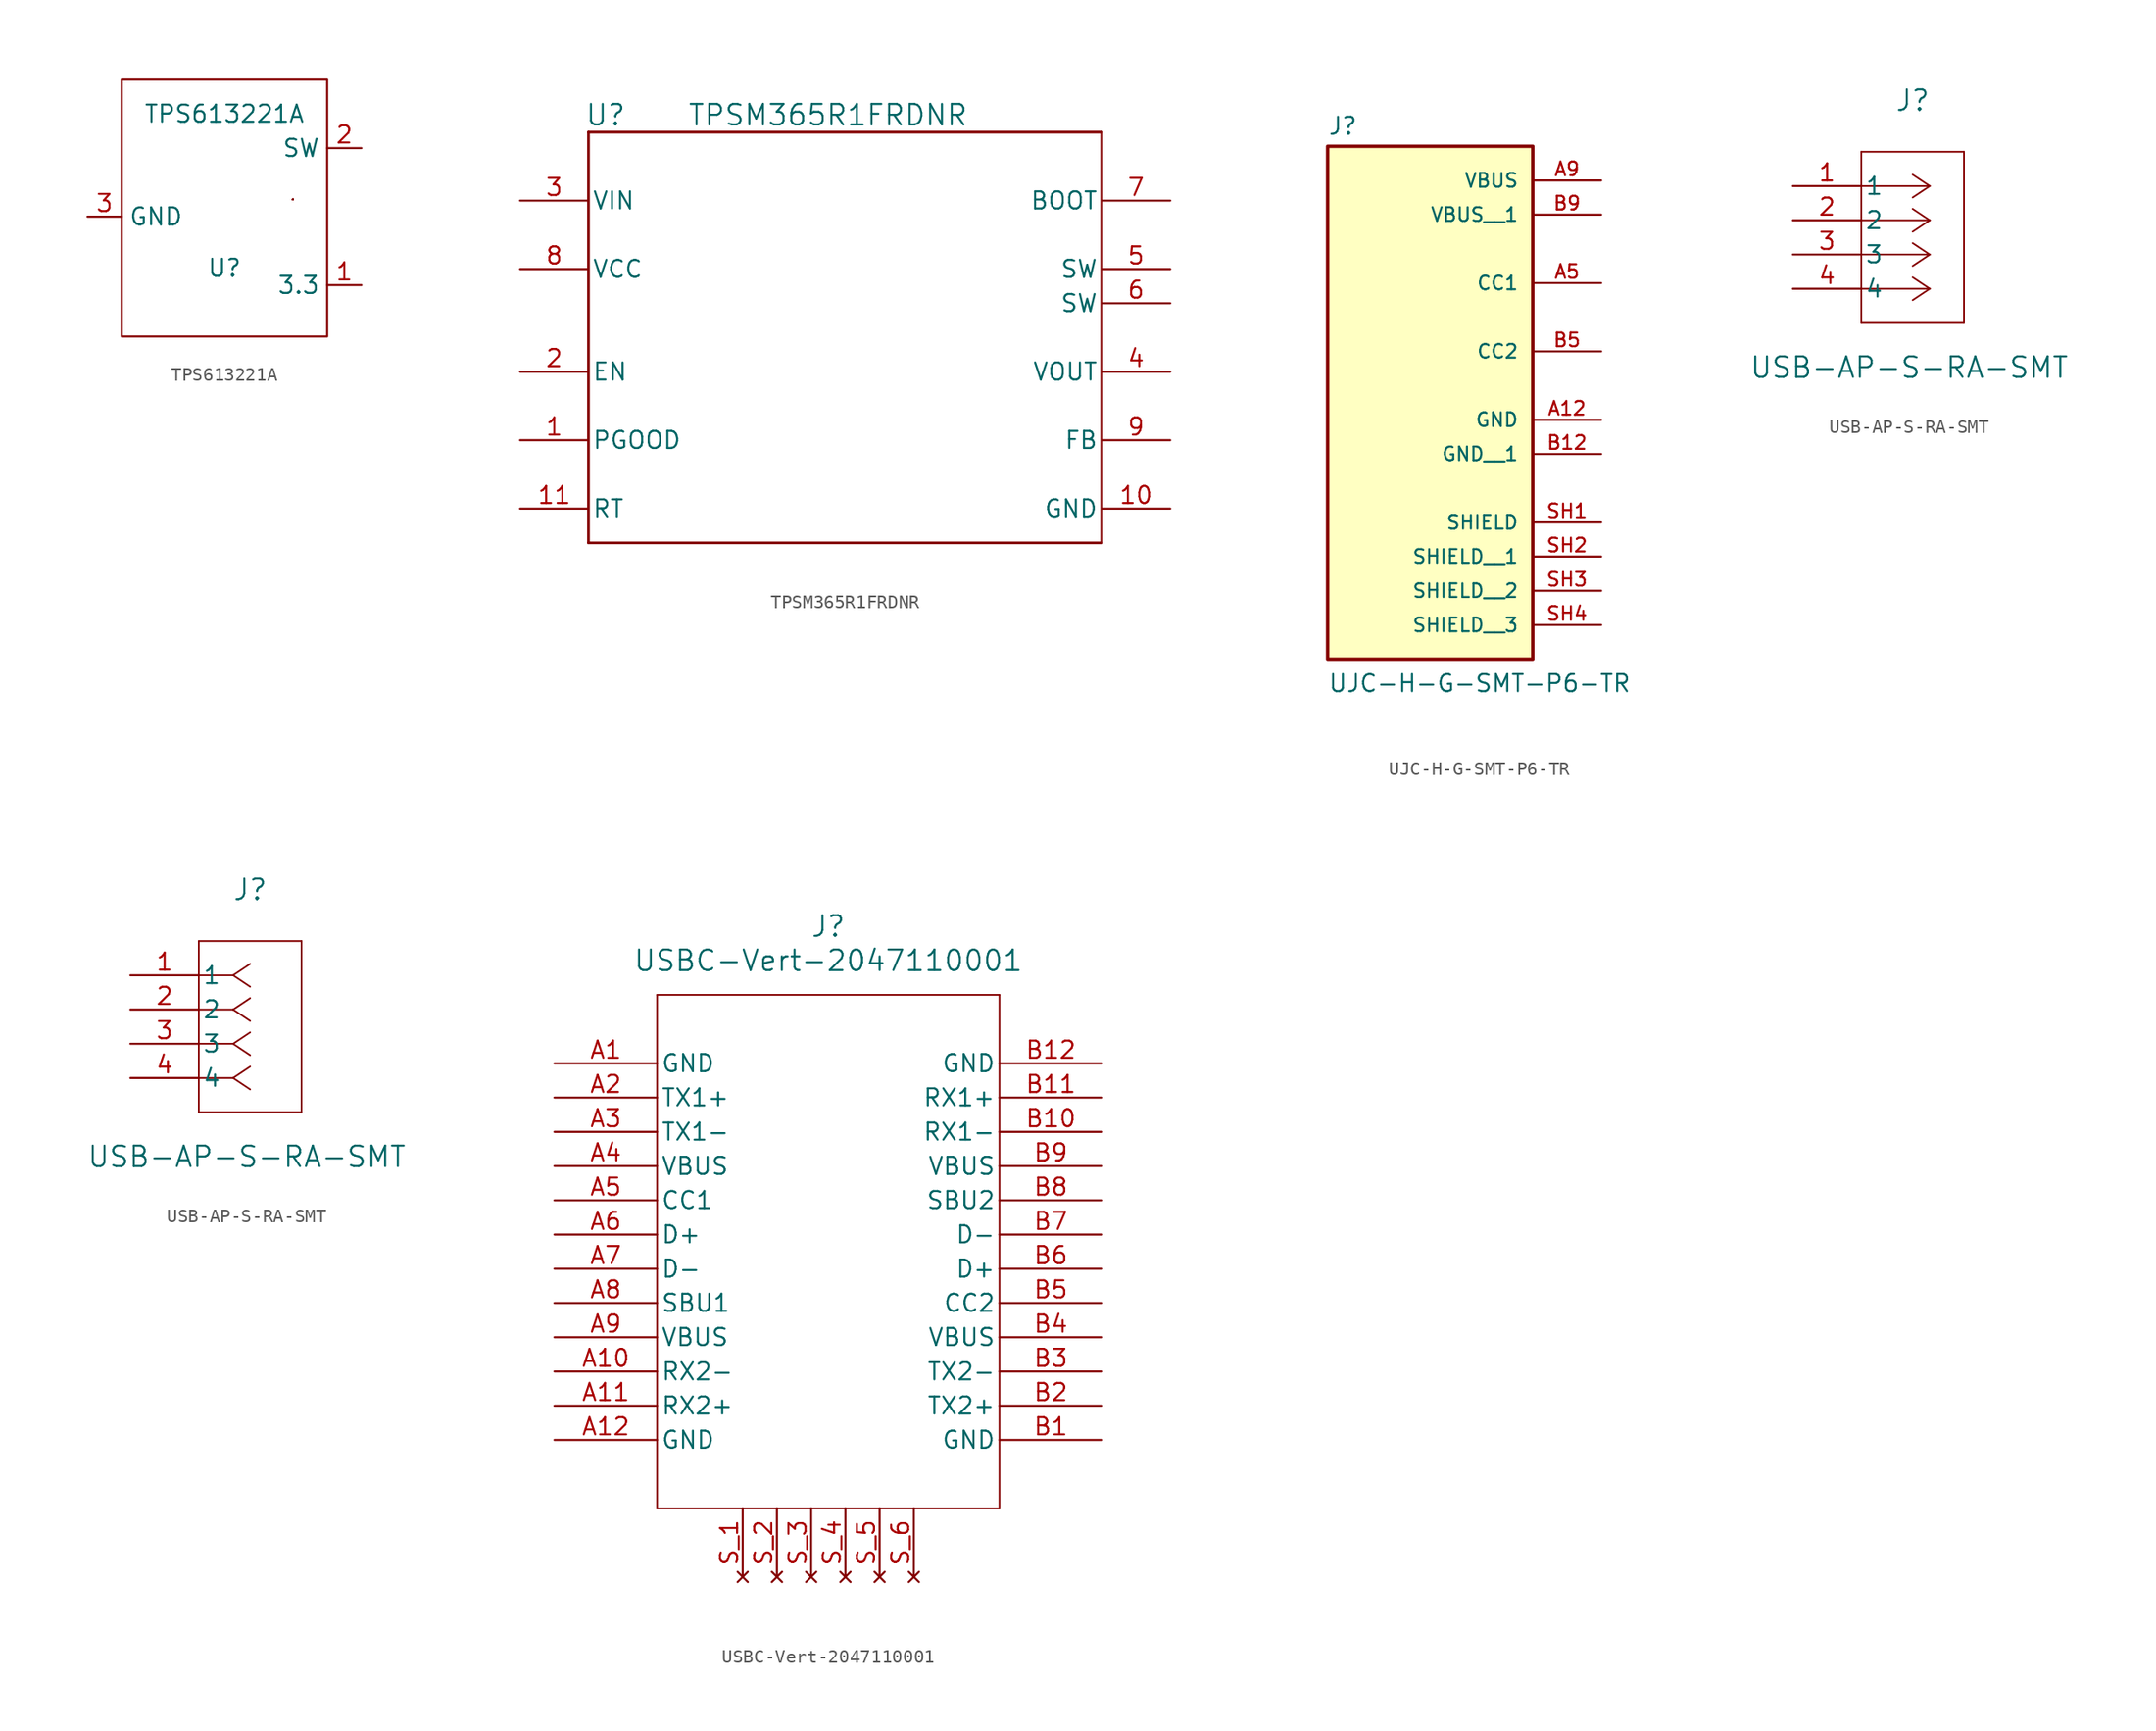
<source format=kicad_sym>
(kicad_symbol_lib
  (version 20241209)
  (generator "kicad_symbol_editor")
  (generator_version "9.0")
  (symbol "TPS613221A"
    (property "Reference" "U"
      (at 0 -3.81 0)
      (effects (font (size 1.27 1.27))))
    (property "Value" "TPS613221A"
      (at 0 7.62 0)
      (effects (font (size 1.27 1.27))))
    (symbol "TPS613221A_0_1"
      (polyline (pts (xy 5.08 1.27) (xy 5.08 1.27)) (stroke (width 0) (type default)) (fill (type none)))
      (polyline (pts (xy 5.08 1.27) (xy 5.08 1.27)) (stroke (width 0) (type default)) (fill (type none)))
      (polyline (pts (xy 5.08 1.27) (xy 5.08 1.27)) (stroke (width 0) (type default)) (fill (type none)))
      (polyline (pts (xy 5.08 1.27) (xy 5.08 1.27)) (stroke (width 0) (type default)) (fill (type none)))
      (rectangle (start 5.08 1.27) (end 5.08 1.27) (stroke (width 0) (type default)) (fill (type none)))
      (rectangle (start 5.08 1.27) (end 5.08 1.27) (stroke (width 0) (type default)) (fill (type none)))
      (rectangle (start 5.08 1.27) (end 5.08 1.27) (stroke (width 0) (type default)) (fill (type none)))
      (polyline (pts (xy 7.62 10.16) (xy -7.62 10.16) (xy -7.62 -8.89) (xy 7.62 -8.89) (xy 7.62 10.16)) (stroke (width 0) (type default)) (fill (type none))))
    (symbol "TPS613221A_1_1"
      (pin power_in line (at -10.16 0 0) (length 2.54) (name "GND" (effects (font (size 1.27 1.27)))) (number "3" (effects (font (size 1.27 1.27)))))
      (pin bidirectional line (at 10.16 5.08 180) (length 2.54) (name "SW" (effects (font (size 1.27 1.27)))) (number "2" (effects (font (size 1.27 1.27)))))
      (pin power_out line (at 10.16 -5.08 180) (length 2.54) (name "3.3" (effects (font (size 1.27 1.27)))) (number "1" (effects (font (size 1.27 1.27)))))))
  (symbol "TPSM365R1FRDNR"
    (pin_names
      (offset 0.254))
    (property "Reference" "U"
      (at 5.08 6.35 0)
      (effects (font (size 1.524 1.524))))
    (property "Value" "TPSM365R1FRDNR"
      (at 21.59 6.35 0)
      (effects (font (size 1.524 1.524))))
    (property "ki_locked" ""
      (at 0 0 0)
      (effects (font (size 1.27 1.27))))
    (symbol "TPSM365R1FRDNR_0_1"
      (polyline (pts (xy 3.81 5.08) (xy 3.81 -25.4)) (stroke (width 0.203) (type default)) (fill (type none)))
      (polyline (pts (xy 3.81 -25.4) (xy 41.91 -25.4)) (stroke (width 0.203) (type default)) (fill (type none)))
      (polyline (pts (xy 41.91 5.08) (xy 3.81 5.08)) (stroke (width 0.203) (type default)) (fill (type none)))
      (polyline (pts (xy 41.91 -25.4) (xy 41.91 5.08)) (stroke (width 0.203) (type default)) (fill (type none)))
      (pin power_in line (at -1.27 0 0) (length 5.08) (name "VIN" (effects (font (size 1.27 1.27)))) (number "3" (effects (font (size 1.27 1.27)))))
      (pin unspecified line (at -1.27 -5.08 0) (length 5.08) (name "VCC" (effects (font (size 1.27 1.27)))) (number "8" (effects (font (size 1.27 1.27)))))
      (pin input line (at -1.27 -12.7 0) (length 5.08) (name "EN" (effects (font (size 1.27 1.27)))) (number "2" (effects (font (size 1.27 1.27)))))
      (pin open_collector line (at -1.27 -17.78 0) (length 5.08) (name "PGOOD" (effects (font (size 1.27 1.27)))) (number "1" (effects (font (size 1.27 1.27)))))
      (pin unspecified line (at -1.27 -22.86 0) (length 5.08) (name "RT" (effects (font (size 1.27 1.27)))) (number "11" (effects (font (size 1.27 1.27)))))
      (pin power_in line (at 46.99 0 180) (length 5.08) (name "BOOT" (effects (font (size 1.27 1.27)))) (number "7" (effects (font (size 1.27 1.27)))))
      (pin power_in line (at 46.99 -5.08 180) (length 5.08) (name "SW" (effects (font (size 1.27 1.27)))) (number "5" (effects (font (size 1.27 1.27)))))
      (pin power_in line (at 46.99 -7.62 180) (length 5.08) (name "SW" (effects (font (size 1.27 1.27)))) (number "6" (effects (font (size 1.27 1.27)))))
      (pin power_in line (at 46.99 -12.7 180) (length 5.08) (name "VOUT" (effects (font (size 1.27 1.27)))) (number "4" (effects (font (size 1.27 1.27)))))
      (pin unspecified line (at 46.99 -17.78 180) (length 5.08) (name "FB" (effects (font (size 1.27 1.27)))) (number "9" (effects (font (size 1.27 1.27)))))
      (pin power_in line (at 46.99 -22.86 180) (length 5.08) (name "GND" (effects (font (size 1.27 1.27)))) (number "10" (effects (font (size 1.27 1.27)))))))
  (symbol "UJC-H-G-SMT-P6-TR"
    (pin_names
      (offset 1.016))
    (property "Reference" "J"
      (at -7.62 13.462 0)
      (effects (font (size 1.27 1.27)) (justify left bottom)))
    (property "Value" "UJC-H-G-SMT-P6-TR"
      (at -7.62 -27.94 0)
      (effects (font (size 1.27 1.27)) (justify left bottom)))
    (symbol "UJC-H-G-SMT-P6-TR_0_0"
      (rectangle (start -7.62 -25.4) (end 7.62 12.7) (stroke (width 0.254) (type default)) (fill (type background)))
      (pin passive line (at 12.7 10.16 180) (length 5.08) (name "VBUS" (effects (font (size 1.016 1.016)))) (number "A9" (effects (font (size 1.016 1.016)))))
      (pin passive line (at 12.7 7.62 180) (length 5.08) (name "VBUS__1" (effects (font (size 1.016 1.016)))) (number "B9" (effects (font (size 1.016 1.016)))))
      (pin passive line (at 12.7 2.54 180) (length 5.08) (name "CC1" (effects (font (size 1.016 1.016)))) (number "A5" (effects (font (size 1.016 1.016)))))
      (pin passive line (at 12.7 -2.54 180) (length 5.08) (name "CC2" (effects (font (size 1.016 1.016)))) (number "B5" (effects (font (size 1.016 1.016)))))
      (pin passive line (at 12.7 -7.62 180) (length 5.08) (name "GND" (effects (font (size 1.016 1.016)))) (number "A12" (effects (font (size 1.016 1.016)))))
      (pin passive line (at 12.7 -10.16 180) (length 5.08) (name "GND__1" (effects (font (size 1.016 1.016)))) (number "B12" (effects (font (size 1.016 1.016)))))
      (pin passive line (at 12.7 -15.24 180) (length 5.08) (name "SHIELD" (effects (font (size 1.016 1.016)))) (number "SH1" (effects (font (size 1.016 1.016)))))
      (pin passive line (at 12.7 -17.78 180) (length 5.08) (name "SHIELD__1" (effects (font (size 1.016 1.016)))) (number "SH2" (effects (font (size 1.016 1.016)))))
      (pin passive line (at 12.7 -20.32 180) (length 5.08) (name "SHIELD__2" (effects (font (size 1.016 1.016)))) (number "SH3" (effects (font (size 1.016 1.016)))))
      (pin passive line (at 12.7 -22.86 180) (length 5.08) (name "SHIELD__3" (effects (font (size 1.016 1.016)))) (number "SH4" (effects (font (size 1.016 1.016)))))))
  (symbol "USB-AP-S-RA-SMT"
    (pin_names
      (offset 0.254))
    (property "Reference" "J"
      (at 8.89 6.35 0)
      (effects (font (size 1.524 1.524))))
    (property "Value" "USB-AP-S-RA-SMT"
      (at 8.636 -13.462 0)
      (effects (font (size 1.524 1.524))))
    (property "ki_locked" ""
      (at 0 0 0)
      (effects (font (size 1.27 1.27))))
    (symbol "USB-AP-S-RA-SMT_1_1"
      (polyline (pts (xy 5.08 2.54) (xy 5.08 -10.16)) (stroke (width 0.127) (type default)) (fill (type none)))
      (polyline (pts (xy 5.08 -10.16) (xy 12.7 -10.16)) (stroke (width 0.127) (type default)) (fill (type none)))
      (polyline (pts (xy 10.16 0) (xy 5.08 0)) (stroke (width 0.127) (type default)) (fill (type none)))
      (polyline (pts (xy 10.16 0) (xy 8.89 0.847)) (stroke (width 0.127) (type default)) (fill (type none)))
      (polyline (pts (xy 10.16 0) (xy 8.89 -0.847)) (stroke (width 0.127) (type default)) (fill (type none)))
      (polyline (pts (xy 10.16 -2.54) (xy 5.08 -2.54)) (stroke (width 0.127) (type default)) (fill (type none)))
      (polyline (pts (xy 10.16 -2.54) (xy 8.89 -1.693)) (stroke (width 0.127) (type default)) (fill (type none)))
      (polyline (pts (xy 10.16 -2.54) (xy 8.89 -3.387)) (stroke (width 0.127) (type default)) (fill (type none)))
      (polyline (pts (xy 10.16 -5.08) (xy 5.08 -5.08)) (stroke (width 0.127) (type default)) (fill (type none)))
      (polyline (pts (xy 10.16 -5.08) (xy 8.89 -4.233)) (stroke (width 0.127) (type default)) (fill (type none)))
      (polyline (pts (xy 10.16 -5.08) (xy 8.89 -5.927)) (stroke (width 0.127) (type default)) (fill (type none)))
      (polyline (pts (xy 10.16 -7.62) (xy 5.08 -7.62)) (stroke (width 0.127) (type default)) (fill (type none)))
      (polyline (pts (xy 10.16 -7.62) (xy 8.89 -6.773)) (stroke (width 0.127) (type default)) (fill (type none)))
      (polyline (pts (xy 10.16 -7.62) (xy 8.89 -8.467)) (stroke (width 0.127) (type default)) (fill (type none)))
      (polyline (pts (xy 12.7 2.54) (xy 5.08 2.54)) (stroke (width 0.127) (type default)) (fill (type none)))
      (polyline (pts (xy 12.7 -10.16) (xy 12.7 2.54)) (stroke (width 0.127) (type default)) (fill (type none)))
      (pin unspecified line (at 0 0 0) (length 5.08) (name "1" (effects (font (size 1.27 1.27)))) (number "1" (effects (font (size 1.27 1.27)))))
      (pin unspecified line (at 0 -2.54 0) (length 5.08) (name "2" (effects (font (size 1.27 1.27)))) (number "2" (effects (font (size 1.27 1.27)))))
      (pin unspecified line (at 0 -5.08 0) (length 5.08) (name "3" (effects (font (size 1.27 1.27)))) (number "3" (effects (font (size 1.27 1.27)))))
      (pin unspecified line (at 0 -7.62 0) (length 5.08) (name "4" (effects (font (size 1.27 1.27)))) (number "4" (effects (font (size 1.27 1.27))))))
    (symbol "USB-AP-S-RA-SMT_1_2"
      (polyline (pts (xy 5.08 2.54) (xy 5.08 -10.16)) (stroke (width 0.127) (type default)) (fill (type none)))
      (polyline (pts (xy 5.08 -10.16) (xy 12.7 -10.16)) (stroke (width 0.127) (type default)) (fill (type none)))
      (polyline (pts (xy 7.62 0) (xy 5.08 0)) (stroke (width 0.127) (type default)) (fill (type none)))
      (polyline (pts (xy 7.62 0) (xy 8.89 0.847)) (stroke (width 0.127) (type default)) (fill (type none)))
      (polyline (pts (xy 7.62 0) (xy 8.89 -0.847)) (stroke (width 0.127) (type default)) (fill (type none)))
      (polyline (pts (xy 7.62 -2.54) (xy 5.08 -2.54)) (stroke (width 0.127) (type default)) (fill (type none)))
      (polyline (pts (xy 7.62 -2.54) (xy 8.89 -1.693)) (stroke (width 0.127) (type default)) (fill (type none)))
      (polyline (pts (xy 7.62 -2.54) (xy 8.89 -3.387)) (stroke (width 0.127) (type default)) (fill (type none)))
      (polyline (pts (xy 7.62 -5.08) (xy 5.08 -5.08)) (stroke (width 0.127) (type default)) (fill (type none)))
      (polyline (pts (xy 7.62 -5.08) (xy 8.89 -4.233)) (stroke (width 0.127) (type default)) (fill (type none)))
      (polyline (pts (xy 7.62 -5.08) (xy 8.89 -5.927)) (stroke (width 0.127) (type default)) (fill (type none)))
      (polyline (pts (xy 7.62 -7.62) (xy 5.08 -7.62)) (stroke (width 0.127) (type default)) (fill (type none)))
      (polyline (pts (xy 7.62 -7.62) (xy 8.89 -6.773)) (stroke (width 0.127) (type default)) (fill (type none)))
      (polyline (pts (xy 7.62 -7.62) (xy 8.89 -8.467)) (stroke (width 0.127) (type default)) (fill (type none)))
      (polyline (pts (xy 12.7 2.54) (xy 5.08 2.54)) (stroke (width 0.127) (type default)) (fill (type none)))
      (polyline (pts (xy 12.7 -10.16) (xy 12.7 2.54)) (stroke (width 0.127) (type default)) (fill (type none)))
      (pin unspecified line (at 0 0 0) (length 5.08) (name "1" (effects (font (size 1.27 1.27)))) (number "1" (effects (font (size 1.27 1.27)))))
      (pin unspecified line (at 0 -2.54 0) (length 5.08) (name "2" (effects (font (size 1.27 1.27)))) (number "2" (effects (font (size 1.27 1.27)))))
      (pin unspecified line (at 0 -5.08 0) (length 5.08) (name "3" (effects (font (size 1.27 1.27)))) (number "3" (effects (font (size 1.27 1.27)))))
      (pin unspecified line (at 0 -7.62 0) (length 5.08) (name "4" (effects (font (size 1.27 1.27)))) (number "4" (effects (font (size 1.27 1.27)))))))
  (symbol "USBC-Vert-2047110001"
    (pin_names
      (offset 0.254))
    (property "Reference" "J"
      (at 20.32 10.16 0)
      (effects (font (size 1.524 1.524))))
    (property "Value" "USBC-Vert-2047110001"
      (at 20.32 7.62 0)
      (effects (font (size 1.524 1.524))))
    (property "ki_locked" ""
      (at 0 0 0)
      (effects (font (size 1.27 1.27))))
    (symbol "USBC-Vert-2047110001_0_1"
      (polyline (pts (xy 7.62 5.08) (xy 7.62 -33.02)) (stroke (width 0.127) (type default)) (fill (type none)))
      (polyline (pts (xy 7.62 -33.02) (xy 33.02 -33.02)) (stroke (width 0.127) (type default)) (fill (type none)))
      (polyline (pts (xy 33.02 5.08) (xy 7.62 5.08)) (stroke (width 0.127) (type default)) (fill (type none)))
      (polyline (pts (xy 33.02 -33.02) (xy 33.02 5.08)) (stroke (width 0.127) (type default)) (fill (type none)))
      (pin power_out line (at 0 0 0) (length 7.62) (name "GND" (effects (font (size 1.27 1.27)))) (number "A1" (effects (font (size 1.27 1.27)))))
      (pin unspecified line (at 0 -2.54 0) (length 7.62) (name "TX1+" (effects (font (size 1.27 1.27)))) (number "A2" (effects (font (size 1.27 1.27)))))
      (pin unspecified line (at 0 -5.08 0) (length 7.62) (name "TX1-" (effects (font (size 1.27 1.27)))) (number "A3" (effects (font (size 1.27 1.27)))))
      (pin power_in line (at 0 -7.62 0) (length 7.62) (name "VBUS" (effects (font (size 1.27 1.27)))) (number "A4" (effects (font (size 1.27 1.27)))))
      (pin unspecified line (at 0 -10.16 0) (length 7.62) (name "CC1" (effects (font (size 1.27 1.27)))) (number "A5" (effects (font (size 1.27 1.27)))))
      (pin unspecified line (at 0 -12.7 0) (length 7.62) (name "D+" (effects (font (size 1.27 1.27)))) (number "A6" (effects (font (size 1.27 1.27)))))
      (pin unspecified line (at 0 -15.24 0) (length 7.62) (name "D-" (effects (font (size 1.27 1.27)))) (number "A7" (effects (font (size 1.27 1.27)))))
      (pin unspecified line (at 0 -17.78 0) (length 7.62) (name "SBU1" (effects (font (size 1.27 1.27)))) (number "A8" (effects (font (size 1.27 1.27)))))
      (pin power_in line (at 0 -20.32 0) (length 7.62) (name "VBUS" (effects (font (size 1.27 1.27)))) (number "A9" (effects (font (size 1.27 1.27)))))
      (pin unspecified line (at 0 -22.86 0) (length 7.62) (name "RX2-" (effects (font (size 1.27 1.27)))) (number "A10" (effects (font (size 1.27 1.27)))))
      (pin unspecified line (at 0 -25.4 0) (length 7.62) (name "RX2+" (effects (font (size 1.27 1.27)))) (number "A11" (effects (font (size 1.27 1.27)))))
      (pin power_out line (at 0 -27.94 0) (length 7.62) (name "GND" (effects (font (size 1.27 1.27)))) (number "A12" (effects (font (size 1.27 1.27)))))
      (pin power_out line (at 40.64 0 180) (length 7.62) (name "GND" (effects (font (size 1.27 1.27)))) (number "B12" (effects (font (size 1.27 1.27)))))
      (pin unspecified line (at 40.64 -2.54 180) (length 7.62) (name "RX1+" (effects (font (size 1.27 1.27)))) (number "B11" (effects (font (size 1.27 1.27)))))
      (pin unspecified line (at 40.64 -5.08 180) (length 7.62) (name "RX1-" (effects (font (size 1.27 1.27)))) (number "B10" (effects (font (size 1.27 1.27)))))
      (pin power_in line (at 40.64 -7.62 180) (length 7.62) (name "VBUS" (effects (font (size 1.27 1.27)))) (number "B9" (effects (font (size 1.27 1.27)))))
      (pin unspecified line (at 40.64 -10.16 180) (length 7.62) (name "SBU2" (effects (font (size 1.27 1.27)))) (number "B8" (effects (font (size 1.27 1.27)))))
      (pin unspecified line (at 40.64 -12.7 180) (length 7.62) (name "D-" (effects (font (size 1.27 1.27)))) (number "B7" (effects (font (size 1.27 1.27)))))
      (pin unspecified line (at 40.64 -15.24 180) (length 7.62) (name "D+" (effects (font (size 1.27 1.27)))) (number "B6" (effects (font (size 1.27 1.27)))))
      (pin unspecified line (at 40.64 -17.78 180) (length 7.62) (name "CC2" (effects (font (size 1.27 1.27)))) (number "B5" (effects (font (size 1.27 1.27)))))
      (pin power_in line (at 40.64 -20.32 180) (length 7.62) (name "VBUS" (effects (font (size 1.27 1.27)))) (number "B4" (effects (font (size 1.27 1.27)))))
      (pin unspecified line (at 40.64 -22.86 180) (length 7.62) (name "TX2-" (effects (font (size 1.27 1.27)))) (number "B3" (effects (font (size 1.27 1.27)))))
      (pin unspecified line (at 40.64 -25.4 180) (length 7.62) (name "TX2+" (effects (font (size 1.27 1.27)))) (number "B2" (effects (font (size 1.27 1.27)))))
      (pin power_out line (at 40.64 -27.94 180) (length 7.62) (name "GND" (effects (font (size 1.27 1.27)))) (number "B1" (effects (font (size 1.27 1.27))))))
    (symbol "USBC-Vert-2047110001_1_1"
      (pin no_connect line (at 13.97 -38.1 90) (length 5.08) (name "" (effects (font (size 1.27 1.27)))) (number "S_1" (effects (font (size 1.27 1.27)))))
      (pin no_connect line (at 16.51 -38.1 90) (length 5.08) (name "" (effects (font (size 1.27 1.27)))) (number "S_2" (effects (font (size 1.27 1.27)))))
      (pin no_connect line (at 19.05 -38.1 90) (length 5.08) (name "" (effects (font (size 1.27 1.27)))) (number "S_3" (effects (font (size 1.27 1.27)))))
      (pin no_connect line (at 21.59 -38.1 90) (length 5.08) (name "" (effects (font (size 1.27 1.27)))) (number "S_4" (effects (font (size 1.27 1.27)))))
      (pin no_connect line (at 24.13 -38.1 90) (length 5.08) (name "" (effects (font (size 1.27 1.27)))) (number "S_5" (effects (font (size 1.27 1.27)))))
      (pin no_connect line (at 26.67 -38.1 90) (length 5.08) (name "" (effects (font (size 1.27 1.27)))) (number "S_6" (effects (font (size 1.27 1.27))))))))
</source>
